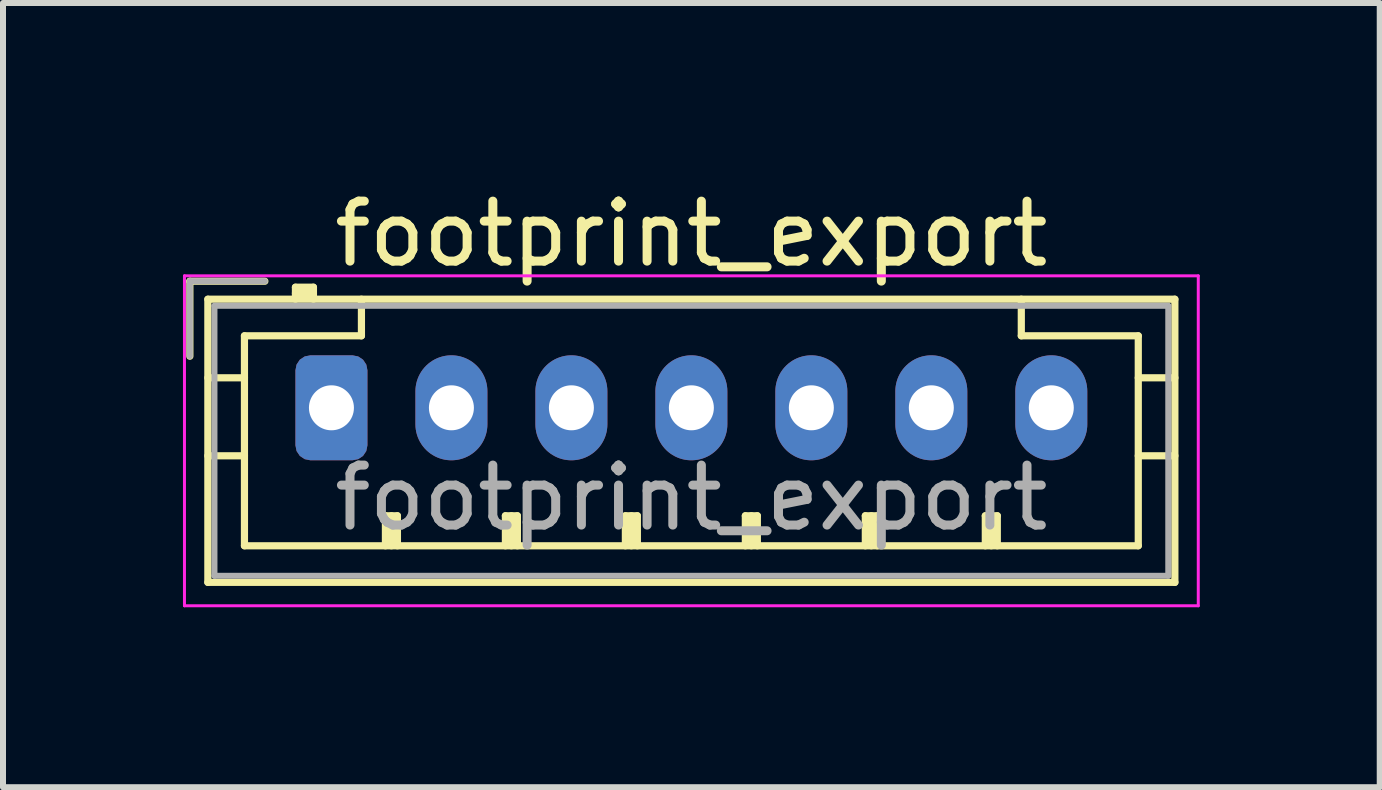
<source format=kicad_pcb>
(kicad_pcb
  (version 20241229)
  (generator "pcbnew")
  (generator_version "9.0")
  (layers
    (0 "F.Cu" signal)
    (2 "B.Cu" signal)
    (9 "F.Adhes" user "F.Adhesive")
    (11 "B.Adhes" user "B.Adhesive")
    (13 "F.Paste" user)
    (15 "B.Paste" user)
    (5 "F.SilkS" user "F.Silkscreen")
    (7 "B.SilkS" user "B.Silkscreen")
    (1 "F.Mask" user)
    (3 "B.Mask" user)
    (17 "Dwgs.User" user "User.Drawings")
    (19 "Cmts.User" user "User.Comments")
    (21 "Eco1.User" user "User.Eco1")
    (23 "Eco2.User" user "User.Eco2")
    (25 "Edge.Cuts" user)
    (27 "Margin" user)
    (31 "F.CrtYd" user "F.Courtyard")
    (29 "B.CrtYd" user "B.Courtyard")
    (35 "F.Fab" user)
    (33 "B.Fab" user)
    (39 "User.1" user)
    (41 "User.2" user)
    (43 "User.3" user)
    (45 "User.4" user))
  (footprint "footprint_export"
    (layer "F.Cu")
    (at 2.475 3.748)
    (property "Reference" "footprint_export" (at 6 -2.9 0) (layer "F.SilkS") (effects (font (size 1 1) (thickness 0.15))))
    (attr through_hole)
    (fp_line (start -2.36 -2.11) (end -2.36 -0.86) (stroke (width 0.12) (type solid)) (layer "F.SilkS"))
    (fp_line (start -2.06 -1.81) (end -2.06 2.91) (stroke (width 0.12) (type solid)) (layer "F.SilkS"))
    (fp_line (start -2.06 -0.5) (end -1.45 -0.5) (stroke (width 0.12) (type solid)) (layer "F.SilkS"))
    (fp_line (start -2.06 0.8) (end -1.45 0.8) (stroke (width 0.12) (type solid)) (layer "F.SilkS"))
    (fp_line (start -2.06 2.91) (end 14.06 2.91) (stroke (width 0.12) (type solid)) (layer "F.SilkS"))
    (fp_line (start -1.45 -1.2) (end -1.45 2.3) (stroke (width 0.12) (type solid)) (layer "F.SilkS"))
    (fp_line (start -1.45 2.3) (end 13.45 2.3) (stroke (width 0.12) (type solid)) (layer "F.SilkS"))
    (fp_line (start -1.11 -2.11) (end -2.36 -2.11) (stroke (width 0.12) (type solid)) (layer "F.SilkS"))
    (fp_line (start -0.6 -2.01) (end -0.6 -1.81) (stroke (width 0.12) (type solid)) (layer "F.SilkS"))
    (fp_line (start -0.3 -2.01) (end -0.6 -2.01) (stroke (width 0.12) (type solid)) (layer "F.SilkS"))
    (fp_line (start -0.3 -1.91) (end -0.6 -1.91) (stroke (width 0.12) (type solid)) (layer "F.SilkS"))
    (fp_line (start -0.3 -1.81) (end -0.3 -2.01) (stroke (width 0.12) (type solid)) (layer "F.SilkS"))
    (fp_line (start 0.5 -1.81) (end 0.5 -1.2) (stroke (width 0.12) (type solid)) (layer "F.SilkS"))
    (fp_line (start 0.5 -1.2) (end -1.45 -1.2) (stroke (width 0.12) (type solid)) (layer "F.SilkS"))
    (fp_line (start 0.9 1.8) (end 1.1 1.8) (stroke (width 0.12) (type solid)) (layer "F.SilkS"))
    (fp_line (start 0.9 2.3) (end 0.9 1.8) (stroke (width 0.12) (type solid)) (layer "F.SilkS"))
    (fp_line (start 1 2.3) (end 1 1.8) (stroke (width 0.12) (type solid)) (layer "F.SilkS"))
    (fp_line (start 1.1 1.8) (end 1.1 2.3) (stroke (width 0.12) (type solid)) (layer "F.SilkS"))
    (fp_line (start 2.9 1.8) (end 3.1 1.8) (stroke (width 0.12) (type solid)) (layer "F.SilkS"))
    (fp_line (start 2.9 2.3) (end 2.9 1.8) (stroke (width 0.12) (type solid)) (layer "F.SilkS"))
    (fp_line (start 3 2.3) (end 3 1.8) (stroke (width 0.12) (type solid)) (layer "F.SilkS"))
    (fp_line (start 3.1 1.8) (end 3.1 2.3) (stroke (width 0.12) (type solid)) (layer "F.SilkS"))
    (fp_line (start 4.9 1.8) (end 5.1 1.8) (stroke (width 0.12) (type solid)) (layer "F.SilkS"))
    (fp_line (start 4.9 2.3) (end 4.9 1.8) (stroke (width 0.12) (type solid)) (layer "F.SilkS"))
    (fp_line (start 5 2.3) (end 5 1.8) (stroke (width 0.12) (type solid)) (layer "F.SilkS"))
    (fp_line (start 5.1 1.8) (end 5.1 2.3) (stroke (width 0.12) (type solid)) (layer "F.SilkS"))
    (fp_line (start 6.9 1.8) (end 7.1 1.8) (stroke (width 0.12) (type solid)) (layer "F.SilkS"))
    (fp_line (start 6.9 2.3) (end 6.9 1.8) (stroke (width 0.12) (type solid)) (layer "F.SilkS"))
    (fp_line (start 7 2.3) (end 7 1.8) (stroke (width 0.12) (type solid)) (layer "F.SilkS"))
    (fp_line (start 7.1 1.8) (end 7.1 2.3) (stroke (width 0.12) (type solid)) (layer "F.SilkS"))
    (fp_line (start 8.9 1.8) (end 9.1 1.8) (stroke (width 0.12) (type solid)) (layer "F.SilkS"))
    (fp_line (start 8.9 2.3) (end 8.9 1.8) (stroke (width 0.12) (type solid)) (layer "F.SilkS"))
    (fp_line (start 9 2.3) (end 9 1.8) (stroke (width 0.12) (type solid)) (layer "F.SilkS"))
    (fp_line (start 9.1 1.8) (end 9.1 2.3) (stroke (width 0.12) (type solid)) (layer "F.SilkS"))
    (fp_line (start 10.9 1.8) (end 11.1 1.8) (stroke (width 0.12) (type solid)) (layer "F.SilkS"))
    (fp_line (start 10.9 2.3) (end 10.9 1.8) (stroke (width 0.12) (type solid)) (layer "F.SilkS"))
    (fp_line (start 11 2.3) (end 11 1.8) (stroke (width 0.12) (type solid)) (layer "F.SilkS"))
    (fp_line (start 11.1 1.8) (end 11.1 2.3) (stroke (width 0.12) (type solid)) (layer "F.SilkS"))
    (fp_line (start 11.5 -1.2) (end 11.5 -1.81) (stroke (width 0.12) (type solid)) (layer "F.SilkS"))
    (fp_line (start 13.45 -1.2) (end 11.5 -1.2) (stroke (width 0.12) (type solid)) (layer "F.SilkS"))
    (fp_line (start 13.45 2.3) (end 13.45 -1.2) (stroke (width 0.12) (type solid)) (layer "F.SilkS"))
    (fp_line (start 14.06 -1.81) (end -2.06 -1.81) (stroke (width 0.12) (type solid)) (layer "F.SilkS"))
    (fp_line (start 14.06 -0.5) (end 13.45 -0.5) (stroke (width 0.12) (type solid)) (layer "F.SilkS"))
    (fp_line (start 14.06 0.8) (end 13.45 0.8) (stroke (width 0.12) (type solid)) (layer "F.SilkS"))
    (fp_line (start 14.06 2.91) (end 14.06 -1.81) (stroke (width 0.12) (type solid)) (layer "F.SilkS"))
    (fp_line (start -2.45 -2.2) (end -2.45 3.3) (stroke (width 0.05) (type solid)) (layer "F.CrtYd"))
    (fp_line (start -2.45 3.3) (end 14.45 3.3) (stroke (width 0.05) (type solid)) (layer "F.CrtYd"))
    (fp_line (start 14.45 -2.2) (end -2.45 -2.2) (stroke (width 0.05) (type solid)) (layer "F.CrtYd"))
    (fp_line (start 14.45 3.3) (end 14.45 -2.2) (stroke (width 0.05) (type solid)) (layer "F.CrtYd"))
    (fp_line (start -2.36 -2.11) (end -2.36 -0.86) (stroke (width 0.1) (type solid)) (layer "F.Fab"))
    (fp_line (start -1.95 -1.7) (end -1.95 2.8) (stroke (width 0.1) (type solid)) (layer "F.Fab"))
    (fp_line (start -1.95 2.8) (end 13.95 2.8) (stroke (width 0.1) (type solid)) (layer "F.Fab"))
    (fp_line (start -1.11 -2.11) (end -2.36 -2.11) (stroke (width 0.1) (type solid)) (layer "F.Fab"))
    (fp_line (start 13.95 -1.7) (end -1.95 -1.7) (stroke (width 0.1) (type solid)) (layer "F.Fab"))
    (fp_line (start 13.95 2.8) (end 13.95 -1.7) (stroke (width 0.1) (type solid)) (layer "F.Fab"))
    (fp_text user "${REFERENCE}" (at 6 1.5 0) (layer "F.Fab") (effects (font (size 1 1) (thickness 0.15))))
    (pad "1" thru_hole roundrect (at 0 0) (size 1.2 1.75) (drill 0.75) (layers "*.Cu" "*.Mask") (roundrect_rratio 0.208))
    (pad "2" thru_hole oval (at 2 0) (size 1.2 1.75) (drill 0.75) (layers "*.Cu" "*.Mask"))
    (pad "3" thru_hole oval (at 4 0) (size 1.2 1.75) (drill 0.75) (layers "*.Cu" "*.Mask"))
    (pad "4" thru_hole oval (at 6 0) (size 1.2 1.75) (drill 0.75) (layers "*.Cu" "*.Mask"))
    (pad "5" thru_hole oval (at 8 0) (size 1.2 1.75) (drill 0.75) (layers "*.Cu" "*.Mask"))
    (pad "6" thru_hole oval (at 10 0) (size 1.2 1.75) (drill 0.75) (layers "*.Cu" "*.Mask"))
    (pad "7" thru_hole oval (at 12 0) (size 1.2 1.75) (drill 0.75) (layers "*.Cu" "*.Mask")))
  (gr_rect
    (start -3 -3)
    (end 19.95 10.073)
    (stroke (width 0.1) (type default))
    (fill no)
    (layer "Edge.Cuts")))
</source>
